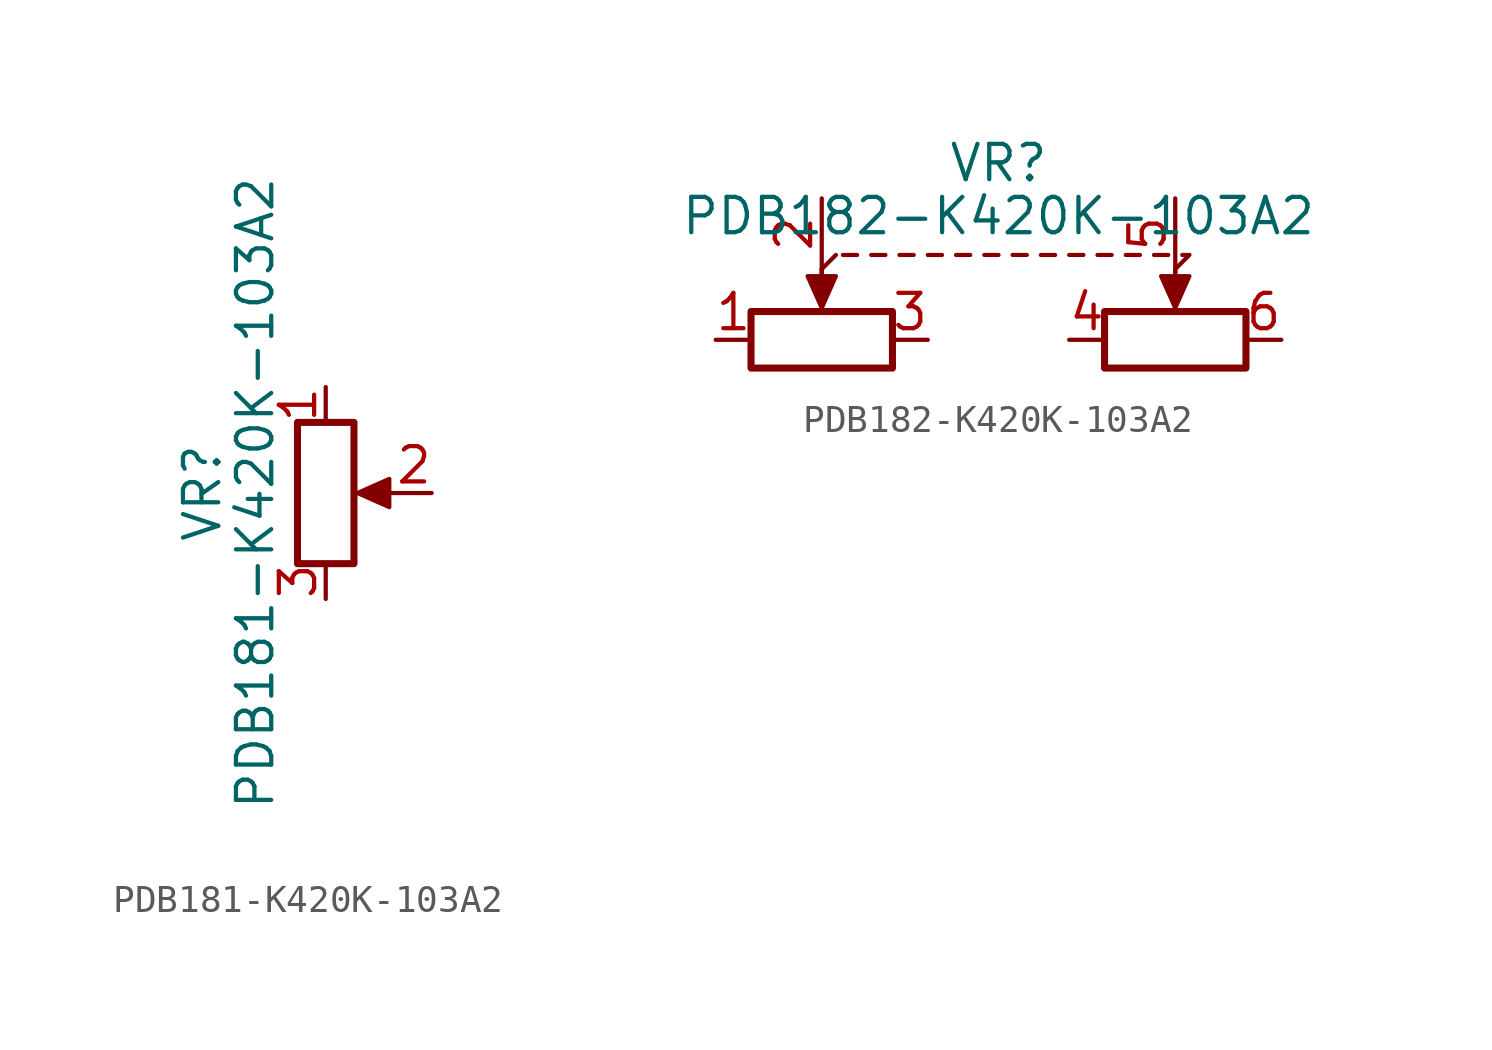
<source format=kicad_sym>
(kicad_symbol_lib
  (version 20211014)
  (generator kicad_symbol_editor)
  (symbol "PDB181-K420K-103A2"
    (pin_names
      (offset 1.016) hide)
    (property "Reference" "VR"
      (at -4.445 0 90)
      (effects (font (size 1.27 1.27))))
    (property "Value" "PDB181-K420K-103A2"
      (at -2.54 0 90)
      (effects (font (size 1.27 1.27))))
    (symbol "PDB181-K420K-103A2_0_1"
      (polyline (pts (xy 2.54 0) (xy 1.524 0)) (stroke (width 0) (type default) (color 0 0 0 0)) (fill (type none)))
      (polyline (pts (xy 1.143 0) (xy 2.286 0.508) (xy 2.286 -0.508) (xy 1.143 0)) (stroke (width 0) (type default) (color 0 0 0 0)) (fill (type outline)))
      (rectangle (start 1.016 2.54) (end -1.016 -2.54) (stroke (width 0.254) (type default) (color 0 0 0 0)) (fill (type none))))
    (symbol "PDB181-K420K-103A2_1_1"
      (pin passive line (at 0 3.81 270) (length 1.27) (name "1" (effects (font (size 1.27 1.27)))) (number "1" (effects (font (size 1.27 1.27)))))
      (pin passive line (at 3.81 0 180) (length 1.27) (name "2" (effects (font (size 1.27 1.27)))) (number "2" (effects (font (size 1.27 1.27)))))
      (pin passive line (at 0 -3.81 90) (length 1.27) (name "3" (effects (font (size 1.27 1.27)))) (number "3" (effects (font (size 1.27 1.27)))))))
  (symbol "PDB182-K420K-103A2"
    (pin_names
      (offset 1.016) hide)
    (property "Reference" "VR"
      (at 0 3.81 0)
      (effects (font (size 1.27 1.27))))
    (property "Value" "PDB182-K420K-103A2"
      (at 0 1.905 0)
      (effects (font (size 1.27 1.27))))
    (symbol "PDB182-K420K-103A2_0_1"
      (rectangle (start -8.89 -1.524) (end -3.81 -3.556) (stroke (width 0.254) (type default) (color 0 0 0 0)) (fill (type none)))
      (polyline (pts (xy -6.35 0) (xy -6.35 -1.016)) (stroke (width 0) (type default) (color 0 0 0 0)) (fill (type none)))
      (polyline (pts (xy -6.35 0) (xy -6.35 -1.016)) (stroke (width 0) (type default) (color 0 0 0 0)) (fill (type none)))
      (polyline (pts (xy -6.35 0) (xy -5.842 0.508)) (stroke (width 0) (type default) (color 0 0 0 0)) (fill (type none)))
      (polyline (pts (xy -5.588 0.508) (xy -5.08 0.508)) (stroke (width 0) (type default) (color 0 0 0 0)) (fill (type none)))
      (polyline (pts (xy -4.572 0.508) (xy -4.064 0.508)) (stroke (width 0) (type default) (color 0 0 0 0)) (fill (type none)))
      (polyline (pts (xy -3.556 0.508) (xy -3.048 0.508)) (stroke (width 0) (type default) (color 0 0 0 0)) (fill (type none)))
      (polyline (pts (xy -2.54 0.508) (xy -2.032 0.508)) (stroke (width 0) (type default) (color 0 0 0 0)) (fill (type none)))
      (polyline (pts (xy -1.524 0.508) (xy -1.016 0.508)) (stroke (width 0) (type default) (color 0 0 0 0)) (fill (type none)))
      (polyline (pts (xy -0.508 0.508) (xy 0 0.508)) (stroke (width 0) (type default) (color 0 0 0 0)) (fill (type none)))
      (polyline (pts (xy 0.508 0.508) (xy 1.016 0.508)) (stroke (width 0) (type default) (color 0 0 0 0)) (fill (type none)))
      (polyline (pts (xy 1.524 0.508) (xy 2.032 0.508)) (stroke (width 0) (type default) (color 0 0 0 0)) (fill (type none)))
      (polyline (pts (xy 2.54 0.508) (xy 3.048 0.508)) (stroke (width 0) (type default) (color 0 0 0 0)) (fill (type none)))
      (polyline (pts (xy 3.556 0.508) (xy 4.064 0.508)) (stroke (width 0) (type default) (color 0 0 0 0)) (fill (type none)))
      (polyline (pts (xy 4.572 0.508) (xy 5.08 0.508)) (stroke (width 0) (type default) (color 0 0 0 0)) (fill (type none)))
      (polyline (pts (xy 5.588 0.508) (xy 6.096 0.508)) (stroke (width 0) (type default) (color 0 0 0 0)) (fill (type none)))
      (polyline (pts (xy 6.35 0) (xy 6.35 -1.016)) (stroke (width 0) (type default) (color 0 0 0 0)) (fill (type none)))
      (polyline (pts (xy 6.35 0) (xy 6.35 -1.016)) (stroke (width 0) (type default) (color 0 0 0 0)) (fill (type none)))
      (polyline (pts (xy 6.604 0.508) (xy 6.858 0.508) (xy 6.35 0)) (stroke (width 0) (type default) (color 0 0 0 0)) (fill (type none)))
      (polyline (pts (xy -6.35 -1.397) (xy -6.858 -0.254) (xy -5.842 -0.254) (xy -6.35 -1.397)) (stroke (width 0) (type default) (color 0 0 0 0)) (fill (type outline)))
      (polyline (pts (xy 6.35 -1.397) (xy 5.842 -0.254) (xy 6.858 -0.254) (xy 6.35 -1.397)) (stroke (width 0) (type default) (color 0 0 0 0)) (fill (type outline)))
      (rectangle (start 3.81 -1.524) (end 8.89 -3.556) (stroke (width 0.254) (type default) (color 0 0 0 0)) (fill (type none))))
    (symbol "PDB182-K420K-103A2_1_1"
      (pin passive line (at -10.16 -2.54 0) (length 1.27) (name "1" (effects (font (size 1.27 1.27)))) (number "1" (effects (font (size 1.27 1.27)))))
      (pin passive line (at -6.35 2.54 270) (length 2.54) (name "2" (effects (font (size 1.27 1.27)))) (number "2" (effects (font (size 1.27 1.27)))))
      (pin passive line (at -2.54 -2.54 180) (length 1.27) (name "3" (effects (font (size 1.27 1.27)))) (number "3" (effects (font (size 1.27 1.27)))))
      (pin passive line (at 2.54 -2.54 0) (length 1.27) (name "4" (effects (font (size 1.27 1.27)))) (number "4" (effects (font (size 1.27 1.27)))))
      (pin passive line (at 6.35 2.54 270) (length 2.54) (name "5" (effects (font (size 1.27 1.27)))) (number "5" (effects (font (size 1.27 1.27)))))
      (pin passive line (at 10.16 -2.54 180) (length 1.27) (name "6" (effects (font (size 1.27 1.27)))) (number "6" (effects (font (size 1.27 1.27))))))))
</source>
